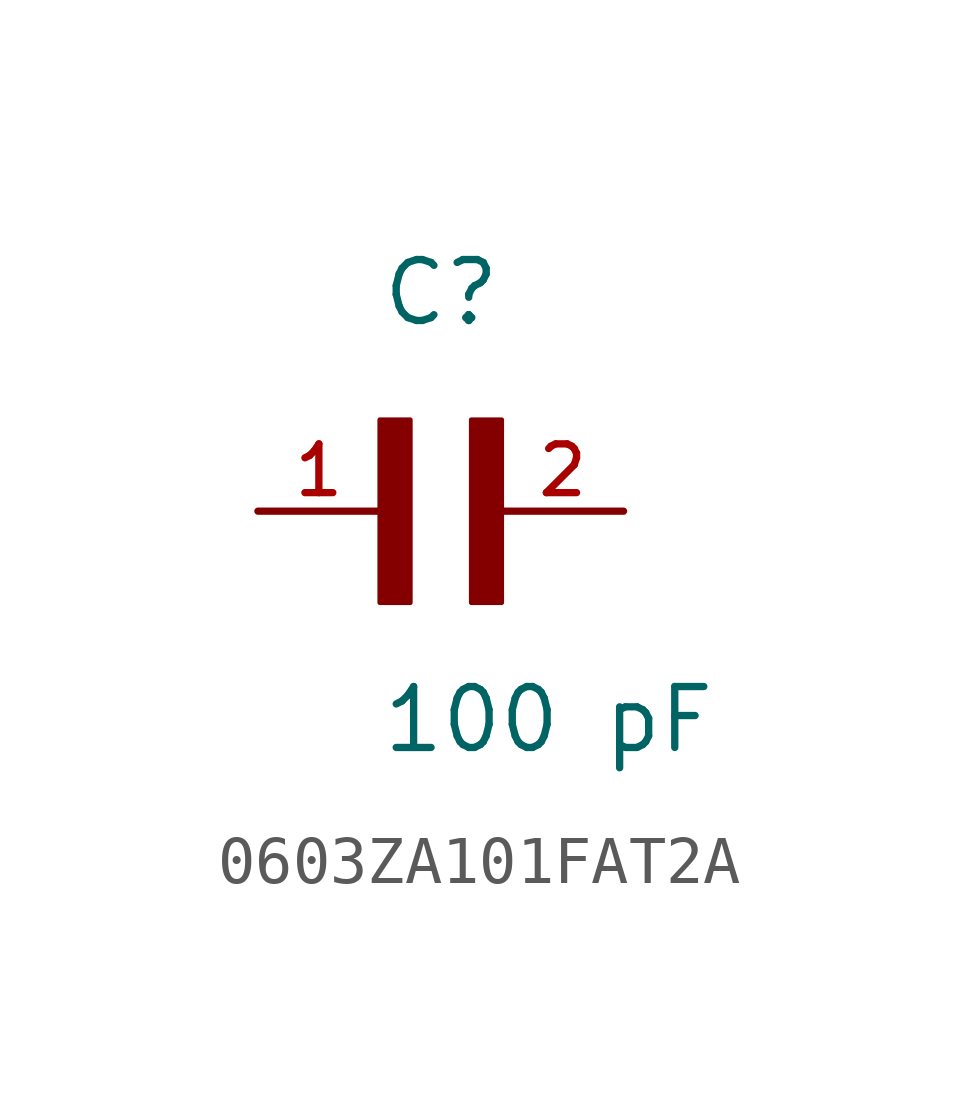
<source format=kicad_sym>
(kicad_symbol_lib
  (version 20241209)
  (generator "kicad_symbol_editor")
  (generator_version "9.0")
  (symbol "0603ZA101FAT2A"
    (pin_names
      (offset 1.016))
    (property "Reference" "C"
      (at 0 3.811 0)
      (effects (font (size 1.27 1.27)) (justify left bottom)))
    (property "Value" "100 pF"
      (at 0 -5.088 0)
      (effects (font (size 1.27 1.27)) (justify left bottom)))
    (symbol "0603ZA101FAT2A_0_0"
      (rectangle (start 0 -1.907) (end 0.635 1.905) (stroke (width 0.1) (type default)) (fill (type outline)))
      (rectangle (start 1.907 -1.907) (end 2.54 1.905) (stroke (width 0.1) (type default)) (fill (type outline)))
      (pin passive line (at -2.54 0 0) (length 2.54) (name "~" (effects (font (size 1.016 1.016)))) (number "1" (effects (font (size 1.016 1.016)))))
      (pin passive line (at 5.08 0 180) (length 2.54) (name "~" (effects (font (size 1.016 1.016)))) (number "2" (effects (font (size 1.016 1.016))))))))
</source>
